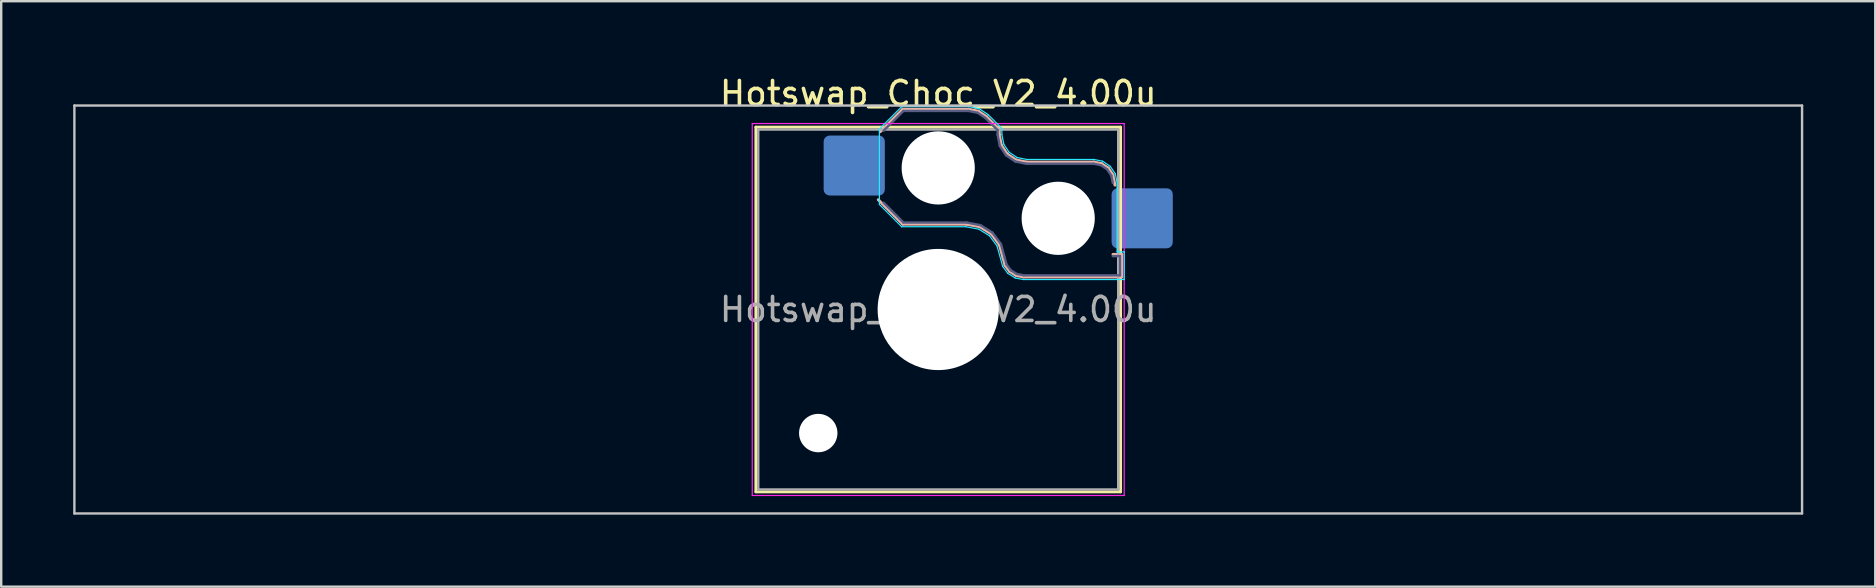
<source format=kicad_pcb>
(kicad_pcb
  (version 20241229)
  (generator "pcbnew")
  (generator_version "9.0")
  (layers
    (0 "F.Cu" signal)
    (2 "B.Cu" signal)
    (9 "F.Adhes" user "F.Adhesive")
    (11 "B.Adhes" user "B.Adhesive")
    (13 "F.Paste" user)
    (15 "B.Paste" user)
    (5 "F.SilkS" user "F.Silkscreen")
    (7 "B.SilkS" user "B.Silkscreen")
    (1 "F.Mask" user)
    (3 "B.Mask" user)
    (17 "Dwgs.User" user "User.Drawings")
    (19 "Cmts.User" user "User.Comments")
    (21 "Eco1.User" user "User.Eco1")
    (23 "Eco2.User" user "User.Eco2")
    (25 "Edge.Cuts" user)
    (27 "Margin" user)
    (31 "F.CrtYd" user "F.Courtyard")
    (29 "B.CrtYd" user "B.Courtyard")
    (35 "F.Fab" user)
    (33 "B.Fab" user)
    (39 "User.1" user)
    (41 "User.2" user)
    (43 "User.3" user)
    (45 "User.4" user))
  (footprint "Hotswap_Choc_V2_4.00u"
    (layer "F.Cu")
    (at 36.05 9.848)
    (property "Reference" "Hotswap_Choc_V2_4.00u" (at 0 -9 0) (layer "F.SilkS") (effects (font (size 1 1) (thickness 0.15))))
    (attr smd)
    (fp_line (start -7.6 -7.6) (end -7.6 7.6) (stroke (width 0.12) (type solid)) (layer "F.SilkS"))
    (fp_line (start -7.6 7.6) (end 7.6 7.6) (stroke (width 0.12) (type solid)) (layer "F.SilkS"))
    (fp_line (start 7.6 -7.6) (end -7.6 -7.6) (stroke (width 0.12) (type solid)) (layer "F.SilkS"))
    (fp_line (start 7.6 7.6) (end 7.6 -7.6) (stroke (width 0.12) (type solid)) (layer "F.SilkS"))
    (fp_line (start -2.416 -7.409) (end -1.479 -8.346) (stroke (width 0.12) (type solid)) (layer "B.SilkS"))
    (fp_line (start -1.479 -8.346) (end 1.268 -8.346) (stroke (width 0.12) (type solid)) (layer "B.SilkS"))
    (fp_line (start -1.479 -3.554) (end -2.5 -4.575) (stroke (width 0.12) (type solid)) (layer "B.SilkS"))
    (fp_line (start 1.168 -3.554) (end -1.479 -3.554) (stroke (width 0.12) (type solid)) (layer "B.SilkS"))
    (fp_line (start 1.268 -8.346) (end 1.671 -8.266) (stroke (width 0.12) (type solid)) (layer "B.SilkS"))
    (fp_line (start 1.671 -8.266) (end 2.013 -8.037) (stroke (width 0.12) (type solid)) (layer "B.SilkS"))
    (fp_line (start 1.73 -3.449) (end 1.168 -3.554) (stroke (width 0.12) (type solid)) (layer "B.SilkS"))
    (fp_line (start 2.013 -8.037) (end 2.546 -7.504) (stroke (width 0.12) (type solid)) (layer "B.SilkS"))
    (fp_line (start 2.209 -3.15) (end 1.73 -3.449) (stroke (width 0.12) (type solid)) (layer "B.SilkS"))
    (fp_line (start 2.546 -7.504) (end 2.546 -7.282) (stroke (width 0.12) (type solid)) (layer "B.SilkS"))
    (fp_line (start 2.546 -7.282) (end 2.633 -6.844) (stroke (width 0.12) (type solid)) (layer "B.SilkS"))
    (fp_line (start 2.547 -2.697) (end 2.209 -3.15) (stroke (width 0.12) (type solid)) (layer "B.SilkS"))
    (fp_line (start 2.633 -6.844) (end 2.877 -6.477) (stroke (width 0.12) (type solid)) (layer "B.SilkS"))
    (fp_line (start 2.701 -2.139) (end 2.547 -2.697) (stroke (width 0.12) (type solid)) (layer "B.SilkS"))
    (fp_line (start 2.783 -1.841) (end 2.701 -2.139) (stroke (width 0.12) (type solid)) (layer "B.SilkS"))
    (fp_line (start 2.877 -6.477) (end 3.244 -6.233) (stroke (width 0.12) (type solid)) (layer "B.SilkS"))
    (fp_line (start 2.976 -1.583) (end 2.783 -1.841) (stroke (width 0.12) (type solid)) (layer "B.SilkS"))
    (fp_line (start 3.244 -6.233) (end 3.682 -6.146) (stroke (width 0.12) (type solid)) (layer "B.SilkS"))
    (fp_line (start 3.25 -1.413) (end 2.976 -1.583) (stroke (width 0.12) (type solid)) (layer "B.SilkS"))
    (fp_line (start 3.56 -1.354) (end 3.25 -1.413) (stroke (width 0.12) (type solid)) (layer "B.SilkS"))
    (fp_line (start 3.682 -6.146) (end 6.482 -6.146) (stroke (width 0.12) (type solid)) (layer "B.SilkS"))
    (fp_line (start 6.482 -6.146) (end 6.809 -6.081) (stroke (width 0.12) (type solid)) (layer "B.SilkS"))
    (fp_line (start 6.809 -6.081) (end 7.092 -5.892) (stroke (width 0.12) (type solid)) (layer "B.SilkS"))
    (fp_line (start 7.092 -5.892) (end 7.281 -5.609) (stroke (width 0.12) (type solid)) (layer "B.SilkS"))
    (fp_line (start 7.281 -5.609) (end 7.366 -5.182) (stroke (width 0.12) (type solid)) (layer "B.SilkS"))
    (fp_line (start 7.283 -2.296) (end 7.646 -2.296) (stroke (width 0.12) (type solid)) (layer "B.SilkS"))
    (fp_line (start 7.646 -2.296) (end 7.646 -1.354) (stroke (width 0.12) (type solid)) (layer "B.SilkS"))
    (fp_line (start 7.646 -1.354) (end 3.56 -1.354) (stroke (width 0.12) (type solid)) (layer "B.SilkS"))
    (fp_line (start -36 -8.5) (end -36 8.5) (stroke (width 0.1) (type solid)) (layer "Dwgs.User"))
    (fp_line (start -36 8.5) (end 36 8.5) (stroke (width 0.1) (type solid)) (layer "Dwgs.User"))
    (fp_line (start 36 -8.5) (end -36 -8.5) (stroke (width 0.1) (type solid)) (layer "Dwgs.User"))
    (fp_line (start 36 8.5) (end 36 -8.5) (stroke (width 0.1) (type solid)) (layer "Dwgs.User"))
    (fp_line (start -7.25 -7.25) (end -7.25 7.25) (stroke (width 0.1) (type solid)) (layer "Eco1.User"))
    (fp_line (start -7.25 7.25) (end 7.25 7.25) (stroke (width 0.1) (type solid)) (layer "Eco1.User"))
    (fp_line (start 7.25 -7.25) (end -7.25 -7.25) (stroke (width 0.1) (type solid)) (layer "Eco1.User"))
    (fp_line (start 7.25 7.25) (end 7.25 -7.25) (stroke (width 0.1) (type solid)) (layer "Eco1.User"))
    (fp_line (start -2.452 -7.523) (end -1.523 -8.452) (stroke (width 0.05) (type solid)) (layer "B.CrtYd"))
    (fp_line (start -2.452 -4.377) (end -2.452 -7.523) (stroke (width 0.05) (type solid)) (layer "B.CrtYd"))
    (fp_line (start -1.523 -8.452) (end 1.278 -8.452) (stroke (width 0.05) (type solid)) (layer "B.CrtYd"))
    (fp_line (start -1.523 -3.448) (end -2.452 -4.377) (stroke (width 0.05) (type solid)) (layer "B.CrtYd"))
    (fp_line (start 1.159 -3.448) (end -1.523 -3.448) (stroke (width 0.05) (type solid)) (layer "B.CrtYd"))
    (fp_line (start 1.278 -8.452) (end 1.712 -8.366) (stroke (width 0.05) (type solid)) (layer "B.CrtYd"))
    (fp_line (start 1.691 -3.348) (end 1.159 -3.448) (stroke (width 0.05) (type solid)) (layer "B.CrtYd"))
    (fp_line (start 1.712 -8.366) (end 2.081 -8.119) (stroke (width 0.05) (type solid)) (layer "B.CrtYd"))
    (fp_line (start 2.081 -8.119) (end 2.652 -7.548) (stroke (width 0.05) (type solid)) (layer "B.CrtYd"))
    (fp_line (start 2.136 -3.071) (end 1.691 -3.348) (stroke (width 0.05) (type solid)) (layer "B.CrtYd"))
    (fp_line (start 2.45 -2.65) (end 2.136 -3.071) (stroke (width 0.05) (type solid)) (layer "B.CrtYd"))
    (fp_line (start 2.599 -2.111) (end 2.45 -2.65) (stroke (width 0.05) (type solid)) (layer "B.CrtYd"))
    (fp_line (start 2.652 -7.548) (end 2.652 -7.292) (stroke (width 0.05) (type solid)) (layer "B.CrtYd"))
    (fp_line (start 2.652 -7.292) (end 2.733 -6.885) (stroke (width 0.05) (type solid)) (layer "B.CrtYd"))
    (fp_line (start 2.687 -1.794) (end 2.599 -2.111) (stroke (width 0.05) (type solid)) (layer "B.CrtYd"))
    (fp_line (start 2.733 -6.885) (end 2.953 -6.553) (stroke (width 0.05) (type solid)) (layer "B.CrtYd"))
    (fp_line (start 2.903 -1.503) (end 2.687 -1.794) (stroke (width 0.05) (type solid)) (layer "B.CrtYd"))
    (fp_line (start 2.953 -6.553) (end 3.285 -6.333) (stroke (width 0.05) (type solid)) (layer "B.CrtYd"))
    (fp_line (start 3.211 -1.312) (end 2.903 -1.503) (stroke (width 0.05) (type solid)) (layer "B.CrtYd"))
    (fp_line (start 3.285 -6.333) (end 3.692 -6.252) (stroke (width 0.05) (type solid)) (layer "B.CrtYd"))
    (fp_line (start 3.55 -1.248) (end 3.211 -1.312) (stroke (width 0.05) (type solid)) (layer "B.CrtYd"))
    (fp_line (start 3.692 -6.252) (end 6.492 -6.252) (stroke (width 0.05) (type solid)) (layer "B.CrtYd"))
    (fp_line (start 6.492 -6.252) (end 6.85 -6.181) (stroke (width 0.05) (type solid)) (layer "B.CrtYd"))
    (fp_line (start 6.85 -6.181) (end 7.168 -5.968) (stroke (width 0.05) (type solid)) (layer "B.CrtYd"))
    (fp_line (start 7.168 -5.968) (end 7.381 -5.65) (stroke (width 0.05) (type solid)) (layer "B.CrtYd"))
    (fp_line (start 7.381 -5.65) (end 7.452 -5.292) (stroke (width 0.05) (type solid)) (layer "B.CrtYd"))
    (fp_line (start 7.452 -5.292) (end 7.452 -2.402) (stroke (width 0.05) (type solid)) (layer "B.CrtYd"))
    (fp_line (start 7.452 -2.402) (end 7.752 -2.402) (stroke (width 0.05) (type solid)) (layer "B.CrtYd"))
    (fp_line (start 7.752 -2.402) (end 7.752 -1.248) (stroke (width 0.05) (type solid)) (layer "B.CrtYd"))
    (fp_line (start 7.752 -1.248) (end 3.55 -1.248) (stroke (width 0.05) (type solid)) (layer "B.CrtYd"))
    (fp_line (start -7.75 -7.75) (end -7.75 7.75) (stroke (width 0.05) (type solid)) (layer "F.CrtYd"))
    (fp_line (start -7.75 7.75) (end 7.75 7.75) (stroke (width 0.05) (type solid)) (layer "F.CrtYd"))
    (fp_line (start 7.75 -7.75) (end -7.75 -7.75) (stroke (width 0.05) (type solid)) (layer "F.CrtYd"))
    (fp_line (start 7.75 7.75) (end 7.75 -7.75) (stroke (width 0.05) (type solid)) (layer "F.CrtYd"))
    (fp_line (start -2.275 -7.45) (end -1.45 -8.275) (stroke (width 0.1) (type solid)) (layer "B.Fab"))
    (fp_line (start -1.45 -8.275) (end 1.261 -8.275) (stroke (width 0.1) (type solid)) (layer "B.Fab"))
    (fp_line (start -1.45 -3.625) (end -2.275 -4.45) (stroke (width 0.1) (type solid)) (layer "B.Fab"))
    (fp_line (start 1.175 -3.625) (end -1.45 -3.625) (stroke (width 0.1) (type solid)) (layer "B.Fab"))
    (fp_line (start 1.261 -8.275) (end 1.643 -8.199) (stroke (width 0.1) (type solid)) (layer "B.Fab"))
    (fp_line (start 1.643 -8.199) (end 1.968 -7.982) (stroke (width 0.1) (type solid)) (layer "B.Fab"))
    (fp_line (start 1.756 -3.516) (end 1.175 -3.625) (stroke (width 0.1) (type solid)) (layer "B.Fab"))
    (fp_line (start 1.968 -7.982) (end 2.475 -7.475) (stroke (width 0.1) (type solid)) (layer "B.Fab"))
    (fp_line (start 2.258 -3.203) (end 1.756 -3.516) (stroke (width 0.1) (type solid)) (layer "B.Fab"))
    (fp_line (start 2.475 -7.475) (end 2.475 -7.275) (stroke (width 0.1) (type solid)) (layer "B.Fab"))
    (fp_line (start 2.475 -7.275) (end 2.566 -6.816) (stroke (width 0.1) (type solid)) (layer "B.Fab"))
    (fp_line (start 2.566 -6.816) (end 2.826 -6.426) (stroke (width 0.1) (type solid)) (layer "B.Fab"))
    (fp_line (start 2.612 -2.729) (end 2.258 -3.203) (stroke (width 0.1) (type solid)) (layer "B.Fab"))
    (fp_line (start 2.769 -2.158) (end 2.612 -2.729) (stroke (width 0.1) (type solid)) (layer "B.Fab"))
    (fp_line (start 2.826 -6.426) (end 3.216 -6.166) (stroke (width 0.1) (type solid)) (layer "B.Fab"))
    (fp_line (start 2.848 -1.873) (end 2.769 -2.158) (stroke (width 0.1) (type solid)) (layer "B.Fab"))
    (fp_line (start 3.025 -1.636) (end 2.848 -1.873) (stroke (width 0.1) (type solid)) (layer "B.Fab"))
    (fp_line (start 3.216 -6.166) (end 3.675 -6.075) (stroke (width 0.1) (type solid)) (layer "B.Fab"))
    (fp_line (start 3.276 -1.48) (end 3.025 -1.636) (stroke (width 0.1) (type solid)) (layer "B.Fab"))
    (fp_line (start 3.567 -1.425) (end 3.276 -1.48) (stroke (width 0.1) (type solid)) (layer "B.Fab"))
    (fp_line (start 3.675 -6.075) (end 6.475 -6.075) (stroke (width 0.1) (type solid)) (layer "B.Fab"))
    (fp_line (start 6.475 -6.075) (end 6.781 -6.014) (stroke (width 0.1) (type solid)) (layer "B.Fab"))
    (fp_line (start 6.781 -6.014) (end 7.041 -5.841) (stroke (width 0.1) (type solid)) (layer "B.Fab"))
    (fp_line (start 7.041 -5.841) (end 7.214 -5.581) (stroke (width 0.1) (type solid)) (layer "B.Fab"))
    (fp_line (start 7.214 -5.581) (end 7.275 -5.275) (stroke (width 0.1) (type solid)) (layer "B.Fab"))
    (fp_line (start 7.275 -2.225) (end 7.575 -2.225) (stroke (width 0.1) (type solid)) (layer "B.Fab"))
    (fp_line (start 7.575 -2.225) (end 7.575 -1.425) (stroke (width 0.1) (type solid)) (layer "B.Fab"))
    (fp_line (start 7.575 -1.425) (end 3.567 -1.425) (stroke (width 0.1) (type solid)) (layer "B.Fab"))
    (fp_line (start -7.5 -7.5) (end -7.5 7.5) (stroke (width 0.1) (type solid)) (layer "F.Fab"))
    (fp_line (start -7.5 7.5) (end 7.5 7.5) (stroke (width 0.1) (type solid)) (layer "F.Fab"))
    (fp_line (start 7.5 -7.5) (end -7.5 -7.5) (stroke (width 0.1) (type solid)) (layer "F.Fab"))
    (fp_line (start 7.5 7.5) (end 7.5 -7.5) (stroke (width 0.1) (type solid)) (layer "F.Fab"))
    (fp_text user "${REFERENCE}" (at 0 0 0) (layer "F.Fab") (effects (font (size 1 1) (thickness 0.15))))
    (pad "" np_thru_hole circle (at -5 5.15) (size 1.6 1.6) (drill 1.6) (layers "*.Cu" "*.Mask"))
    (pad "" np_thru_hole circle (at 0 -5.9) (size 3.05 3.05) (drill 3.05) (layers "*.Cu" "*.Mask"))
    (pad "" np_thru_hole circle (at 0 0) (size 5.05 5.05) (drill 5.05) (layers "*.Cu" "*.Mask"))
    (pad "" np_thru_hole circle (at 5 -3.8) (size 3.05 3.05) (drill 3.05) (layers "*.Cu" "*.Mask"))
    (pad "1" smd roundrect (at -3.5 -6) (size 2.55 2.5) (layers "B.Cu" "B.Mask" "B.Paste") (roundrect_rratio 0.1))
    (pad "2" smd roundrect (at 8.5 -3.8) (size 2.55 2.5) (layers "B.Cu" "B.Mask" "B.Paste") (roundrect_rratio 0.1)))
  (gr_rect
    (start -3 -3)
    (end 75.1 21.398)
    (stroke (width 0.1) (type default))
    (fill no)
    (layer "Edge.Cuts")))
</source>
